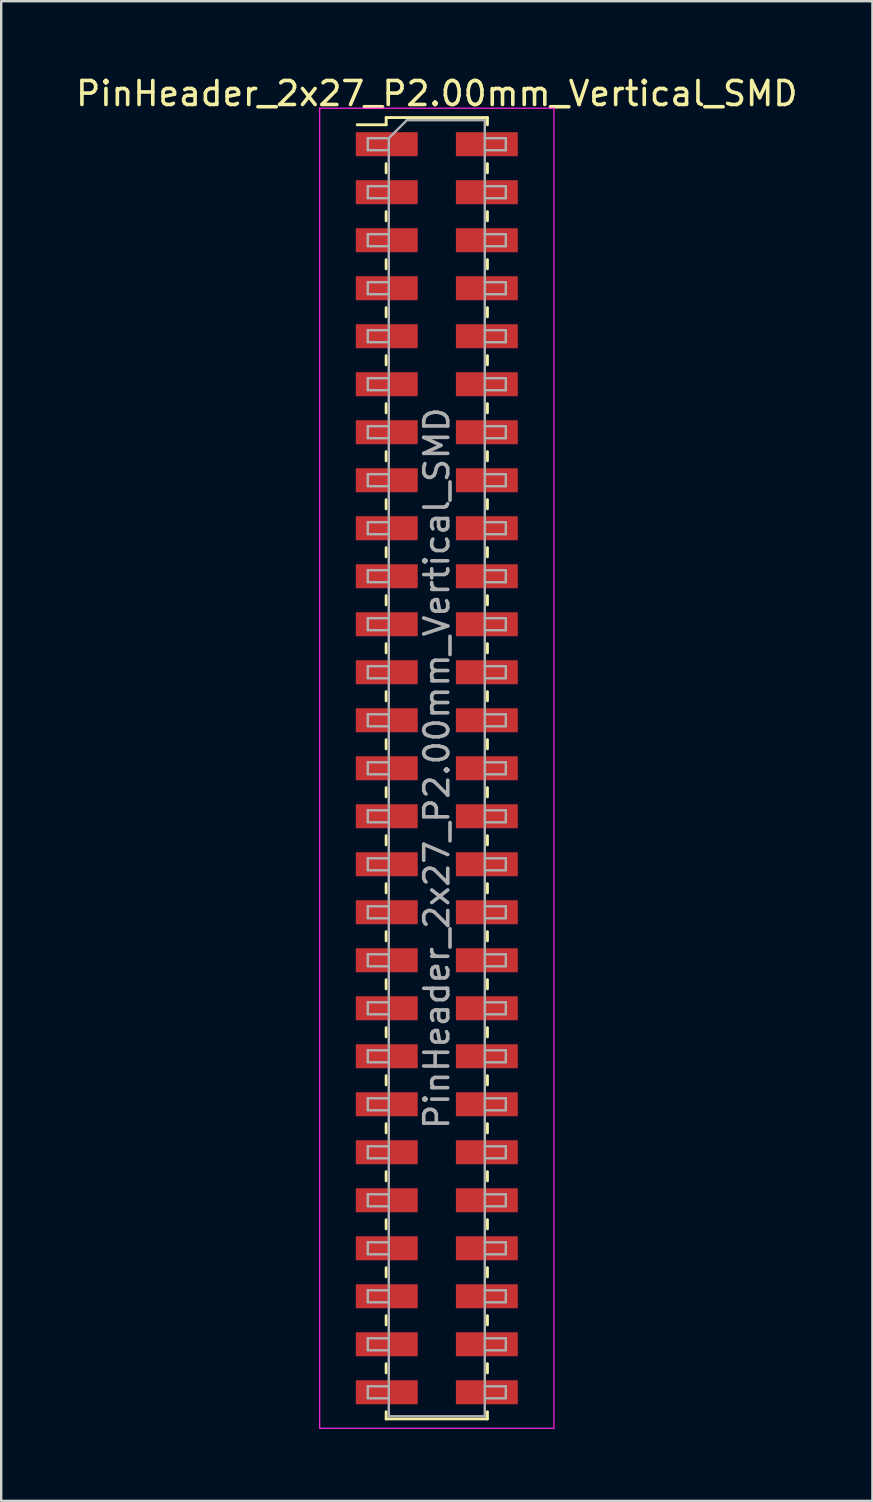
<source format=kicad_pcb>
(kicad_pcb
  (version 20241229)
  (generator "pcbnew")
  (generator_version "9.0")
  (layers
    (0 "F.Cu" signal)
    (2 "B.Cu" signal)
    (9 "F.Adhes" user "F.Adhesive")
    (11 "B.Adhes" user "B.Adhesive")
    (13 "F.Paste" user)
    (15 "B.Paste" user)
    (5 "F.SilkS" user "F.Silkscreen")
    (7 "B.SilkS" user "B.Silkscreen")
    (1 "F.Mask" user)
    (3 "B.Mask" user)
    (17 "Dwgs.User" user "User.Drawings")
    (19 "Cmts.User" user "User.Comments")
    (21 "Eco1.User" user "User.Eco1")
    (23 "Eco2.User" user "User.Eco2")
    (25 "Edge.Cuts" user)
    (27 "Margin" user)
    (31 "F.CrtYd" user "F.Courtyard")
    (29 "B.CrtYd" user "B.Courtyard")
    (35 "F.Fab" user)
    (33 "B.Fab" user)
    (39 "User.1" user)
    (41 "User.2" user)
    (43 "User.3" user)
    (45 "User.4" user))
  (footprint "PinHeader_2x27_P2.00mm_Vertical_SMD"
    (layer "F.Cu")
    (at 15.149 28.958)
    (property "Reference" "PinHeader_2x27_P2.00mm_Vertical_SMD" (at 0 -28.11 0) (layer "F.SilkS") (effects (font (size 1 1) (thickness 0.15))))
    (attr smd)
    (fp_line (start -3.315 -26.81) (end -2.11 -26.81) (stroke (width 0.12) (type solid)) (layer "F.SilkS"))
    (fp_line (start -2.11 -27.11) (end -2.11 -26.81) (stroke (width 0.12) (type solid)) (layer "F.SilkS"))
    (fp_line (start -2.11 -27.11) (end 2.11 -27.11) (stroke (width 0.12) (type solid)) (layer "F.SilkS"))
    (fp_line (start -2.11 -25.19) (end -2.11 -24.81) (stroke (width 0.12) (type solid)) (layer "F.SilkS"))
    (fp_line (start -2.11 -23.19) (end -2.11 -22.81) (stroke (width 0.12) (type solid)) (layer "F.SilkS"))
    (fp_line (start -2.11 -21.19) (end -2.11 -20.81) (stroke (width 0.12) (type solid)) (layer "F.SilkS"))
    (fp_line (start -2.11 -19.19) (end -2.11 -18.81) (stroke (width 0.12) (type solid)) (layer "F.SilkS"))
    (fp_line (start -2.11 -17.19) (end -2.11 -16.81) (stroke (width 0.12) (type solid)) (layer "F.SilkS"))
    (fp_line (start -2.11 -15.19) (end -2.11 -14.81) (stroke (width 0.12) (type solid)) (layer "F.SilkS"))
    (fp_line (start -2.11 -13.19) (end -2.11 -12.81) (stroke (width 0.12) (type solid)) (layer "F.SilkS"))
    (fp_line (start -2.11 -11.19) (end -2.11 -10.81) (stroke (width 0.12) (type solid)) (layer "F.SilkS"))
    (fp_line (start -2.11 -9.19) (end -2.11 -8.81) (stroke (width 0.12) (type solid)) (layer "F.SilkS"))
    (fp_line (start -2.11 -7.19) (end -2.11 -6.81) (stroke (width 0.12) (type solid)) (layer "F.SilkS"))
    (fp_line (start -2.11 -5.19) (end -2.11 -4.81) (stroke (width 0.12) (type solid)) (layer "F.SilkS"))
    (fp_line (start -2.11 -3.19) (end -2.11 -2.81) (stroke (width 0.12) (type solid)) (layer "F.SilkS"))
    (fp_line (start -2.11 -1.19) (end -2.11 -0.81) (stroke (width 0.12) (type solid)) (layer "F.SilkS"))
    (fp_line (start -2.11 0.81) (end -2.11 1.19) (stroke (width 0.12) (type solid)) (layer "F.SilkS"))
    (fp_line (start -2.11 2.81) (end -2.11 3.19) (stroke (width 0.12) (type solid)) (layer "F.SilkS"))
    (fp_line (start -2.11 4.81) (end -2.11 5.19) (stroke (width 0.12) (type solid)) (layer "F.SilkS"))
    (fp_line (start -2.11 6.81) (end -2.11 7.19) (stroke (width 0.12) (type solid)) (layer "F.SilkS"))
    (fp_line (start -2.11 8.81) (end -2.11 9.19) (stroke (width 0.12) (type solid)) (layer "F.SilkS"))
    (fp_line (start -2.11 10.81) (end -2.11 11.19) (stroke (width 0.12) (type solid)) (layer "F.SilkS"))
    (fp_line (start -2.11 12.81) (end -2.11 13.19) (stroke (width 0.12) (type solid)) (layer "F.SilkS"))
    (fp_line (start -2.11 14.81) (end -2.11 15.19) (stroke (width 0.12) (type solid)) (layer "F.SilkS"))
    (fp_line (start -2.11 16.81) (end -2.11 17.19) (stroke (width 0.12) (type solid)) (layer "F.SilkS"))
    (fp_line (start -2.11 18.81) (end -2.11 19.19) (stroke (width 0.12) (type solid)) (layer "F.SilkS"))
    (fp_line (start -2.11 20.81) (end -2.11 21.19) (stroke (width 0.12) (type solid)) (layer "F.SilkS"))
    (fp_line (start -2.11 22.81) (end -2.11 23.19) (stroke (width 0.12) (type solid)) (layer "F.SilkS"))
    (fp_line (start -2.11 24.81) (end -2.11 25.19) (stroke (width 0.12) (type solid)) (layer "F.SilkS"))
    (fp_line (start -2.11 26.81) (end -2.11 27.11) (stroke (width 0.12) (type solid)) (layer "F.SilkS"))
    (fp_line (start -2.11 27.11) (end 2.11 27.11) (stroke (width 0.12) (type solid)) (layer "F.SilkS"))
    (fp_line (start 2.11 -27.11) (end 2.11 -26.81) (stroke (width 0.12) (type solid)) (layer "F.SilkS"))
    (fp_line (start 2.11 -25.19) (end 2.11 -24.81) (stroke (width 0.12) (type solid)) (layer "F.SilkS"))
    (fp_line (start 2.11 -23.19) (end 2.11 -22.81) (stroke (width 0.12) (type solid)) (layer "F.SilkS"))
    (fp_line (start 2.11 -21.19) (end 2.11 -20.81) (stroke (width 0.12) (type solid)) (layer "F.SilkS"))
    (fp_line (start 2.11 -19.19) (end 2.11 -18.81) (stroke (width 0.12) (type solid)) (layer "F.SilkS"))
    (fp_line (start 2.11 -17.19) (end 2.11 -16.81) (stroke (width 0.12) (type solid)) (layer "F.SilkS"))
    (fp_line (start 2.11 -15.19) (end 2.11 -14.81) (stroke (width 0.12) (type solid)) (layer "F.SilkS"))
    (fp_line (start 2.11 -13.19) (end 2.11 -12.81) (stroke (width 0.12) (type solid)) (layer "F.SilkS"))
    (fp_line (start 2.11 -11.19) (end 2.11 -10.81) (stroke (width 0.12) (type solid)) (layer "F.SilkS"))
    (fp_line (start 2.11 -9.19) (end 2.11 -8.81) (stroke (width 0.12) (type solid)) (layer "F.SilkS"))
    (fp_line (start 2.11 -7.19) (end 2.11 -6.81) (stroke (width 0.12) (type solid)) (layer "F.SilkS"))
    (fp_line (start 2.11 -5.19) (end 2.11 -4.81) (stroke (width 0.12) (type solid)) (layer "F.SilkS"))
    (fp_line (start 2.11 -3.19) (end 2.11 -2.81) (stroke (width 0.12) (type solid)) (layer "F.SilkS"))
    (fp_line (start 2.11 -1.19) (end 2.11 -0.81) (stroke (width 0.12) (type solid)) (layer "F.SilkS"))
    (fp_line (start 2.11 0.81) (end 2.11 1.19) (stroke (width 0.12) (type solid)) (layer "F.SilkS"))
    (fp_line (start 2.11 2.81) (end 2.11 3.19) (stroke (width 0.12) (type solid)) (layer "F.SilkS"))
    (fp_line (start 2.11 4.81) (end 2.11 5.19) (stroke (width 0.12) (type solid)) (layer "F.SilkS"))
    (fp_line (start 2.11 6.81) (end 2.11 7.19) (stroke (width 0.12) (type solid)) (layer "F.SilkS"))
    (fp_line (start 2.11 8.81) (end 2.11 9.19) (stroke (width 0.12) (type solid)) (layer "F.SilkS"))
    (fp_line (start 2.11 10.81) (end 2.11 11.19) (stroke (width 0.12) (type solid)) (layer "F.SilkS"))
    (fp_line (start 2.11 12.81) (end 2.11 13.19) (stroke (width 0.12) (type solid)) (layer "F.SilkS"))
    (fp_line (start 2.11 14.81) (end 2.11 15.19) (stroke (width 0.12) (type solid)) (layer "F.SilkS"))
    (fp_line (start 2.11 16.81) (end 2.11 17.19) (stroke (width 0.12) (type solid)) (layer "F.SilkS"))
    (fp_line (start 2.11 18.81) (end 2.11 19.19) (stroke (width 0.12) (type solid)) (layer "F.SilkS"))
    (fp_line (start 2.11 20.81) (end 2.11 21.19) (stroke (width 0.12) (type solid)) (layer "F.SilkS"))
    (fp_line (start 2.11 22.81) (end 2.11 23.19) (stroke (width 0.12) (type solid)) (layer "F.SilkS"))
    (fp_line (start 2.11 24.81) (end 2.11 25.19) (stroke (width 0.12) (type solid)) (layer "F.SilkS"))
    (fp_line (start 2.11 26.81) (end 2.11 27.11) (stroke (width 0.12) (type solid)) (layer "F.SilkS"))
    (fp_line (start -4.88 -27.5) (end -4.88 27.5) (stroke (width 0.05) (type solid)) (layer "F.CrtYd"))
    (fp_line (start -4.88 27.5) (end 4.88 27.5) (stroke (width 0.05) (type solid)) (layer "F.CrtYd"))
    (fp_line (start 4.88 -27.5) (end -4.88 -27.5) (stroke (width 0.05) (type solid)) (layer "F.CrtYd"))
    (fp_line (start 4.88 27.5) (end 4.88 -27.5) (stroke (width 0.05) (type solid)) (layer "F.CrtYd"))
    (fp_line (start -2.875 -26.25) (end -2.875 -25.75) (stroke (width 0.1) (type solid)) (layer "F.Fab"))
    (fp_line (start -2.875 -25.75) (end -2 -25.75) (stroke (width 0.1) (type solid)) (layer "F.Fab"))
    (fp_line (start -2.875 -24.25) (end -2.875 -23.75) (stroke (width 0.1) (type solid)) (layer "F.Fab"))
    (fp_line (start -2.875 -23.75) (end -2 -23.75) (stroke (width 0.1) (type solid)) (layer "F.Fab"))
    (fp_line (start -2.875 -22.25) (end -2.875 -21.75) (stroke (width 0.1) (type solid)) (layer "F.Fab"))
    (fp_line (start -2.875 -21.75) (end -2 -21.75) (stroke (width 0.1) (type solid)) (layer "F.Fab"))
    (fp_line (start -2.875 -20.25) (end -2.875 -19.75) (stroke (width 0.1) (type solid)) (layer "F.Fab"))
    (fp_line (start -2.875 -19.75) (end -2 -19.75) (stroke (width 0.1) (type solid)) (layer "F.Fab"))
    (fp_line (start -2.875 -18.25) (end -2.875 -17.75) (stroke (width 0.1) (type solid)) (layer "F.Fab"))
    (fp_line (start -2.875 -17.75) (end -2 -17.75) (stroke (width 0.1) (type solid)) (layer "F.Fab"))
    (fp_line (start -2.875 -16.25) (end -2.875 -15.75) (stroke (width 0.1) (type solid)) (layer "F.Fab"))
    (fp_line (start -2.875 -15.75) (end -2 -15.75) (stroke (width 0.1) (type solid)) (layer "F.Fab"))
    (fp_line (start -2.875 -14.25) (end -2.875 -13.75) (stroke (width 0.1) (type solid)) (layer "F.Fab"))
    (fp_line (start -2.875 -13.75) (end -2 -13.75) (stroke (width 0.1) (type solid)) (layer "F.Fab"))
    (fp_line (start -2.875 -12.25) (end -2.875 -11.75) (stroke (width 0.1) (type solid)) (layer "F.Fab"))
    (fp_line (start -2.875 -11.75) (end -2 -11.75) (stroke (width 0.1) (type solid)) (layer "F.Fab"))
    (fp_line (start -2.875 -10.25) (end -2.875 -9.75) (stroke (width 0.1) (type solid)) (layer "F.Fab"))
    (fp_line (start -2.875 -9.75) (end -2 -9.75) (stroke (width 0.1) (type solid)) (layer "F.Fab"))
    (fp_line (start -2.875 -8.25) (end -2.875 -7.75) (stroke (width 0.1) (type solid)) (layer "F.Fab"))
    (fp_line (start -2.875 -7.75) (end -2 -7.75) (stroke (width 0.1) (type solid)) (layer "F.Fab"))
    (fp_line (start -2.875 -6.25) (end -2.875 -5.75) (stroke (width 0.1) (type solid)) (layer "F.Fab"))
    (fp_line (start -2.875 -5.75) (end -2 -5.75) (stroke (width 0.1) (type solid)) (layer "F.Fab"))
    (fp_line (start -2.875 -4.25) (end -2.875 -3.75) (stroke (width 0.1) (type solid)) (layer "F.Fab"))
    (fp_line (start -2.875 -3.75) (end -2 -3.75) (stroke (width 0.1) (type solid)) (layer "F.Fab"))
    (fp_line (start -2.875 -2.25) (end -2.875 -1.75) (stroke (width 0.1) (type solid)) (layer "F.Fab"))
    (fp_line (start -2.875 -1.75) (end -2 -1.75) (stroke (width 0.1) (type solid)) (layer "F.Fab"))
    (fp_line (start -2.875 -0.25) (end -2.875 0.25) (stroke (width 0.1) (type solid)) (layer "F.Fab"))
    (fp_line (start -2.875 0.25) (end -2 0.25) (stroke (width 0.1) (type solid)) (layer "F.Fab"))
    (fp_line (start -2.875 1.75) (end -2.875 2.25) (stroke (width 0.1) (type solid)) (layer "F.Fab"))
    (fp_line (start -2.875 2.25) (end -2 2.25) (stroke (width 0.1) (type solid)) (layer "F.Fab"))
    (fp_line (start -2.875 3.75) (end -2.875 4.25) (stroke (width 0.1) (type solid)) (layer "F.Fab"))
    (fp_line (start -2.875 4.25) (end -2 4.25) (stroke (width 0.1) (type solid)) (layer "F.Fab"))
    (fp_line (start -2.875 5.75) (end -2.875 6.25) (stroke (width 0.1) (type solid)) (layer "F.Fab"))
    (fp_line (start -2.875 6.25) (end -2 6.25) (stroke (width 0.1) (type solid)) (layer "F.Fab"))
    (fp_line (start -2.875 7.75) (end -2.875 8.25) (stroke (width 0.1) (type solid)) (layer "F.Fab"))
    (fp_line (start -2.875 8.25) (end -2 8.25) (stroke (width 0.1) (type solid)) (layer "F.Fab"))
    (fp_line (start -2.875 9.75) (end -2.875 10.25) (stroke (width 0.1) (type solid)) (layer "F.Fab"))
    (fp_line (start -2.875 10.25) (end -2 10.25) (stroke (width 0.1) (type solid)) (layer "F.Fab"))
    (fp_line (start -2.875 11.75) (end -2.875 12.25) (stroke (width 0.1) (type solid)) (layer "F.Fab"))
    (fp_line (start -2.875 12.25) (end -2 12.25) (stroke (width 0.1) (type solid)) (layer "F.Fab"))
    (fp_line (start -2.875 13.75) (end -2.875 14.25) (stroke (width 0.1) (type solid)) (layer "F.Fab"))
    (fp_line (start -2.875 14.25) (end -2 14.25) (stroke (width 0.1) (type solid)) (layer "F.Fab"))
    (fp_line (start -2.875 15.75) (end -2.875 16.25) (stroke (width 0.1) (type solid)) (layer "F.Fab"))
    (fp_line (start -2.875 16.25) (end -2 16.25) (stroke (width 0.1) (type solid)) (layer "F.Fab"))
    (fp_line (start -2.875 17.75) (end -2.875 18.25) (stroke (width 0.1) (type solid)) (layer "F.Fab"))
    (fp_line (start -2.875 18.25) (end -2 18.25) (stroke (width 0.1) (type solid)) (layer "F.Fab"))
    (fp_line (start -2.875 19.75) (end -2.875 20.25) (stroke (width 0.1) (type solid)) (layer "F.Fab"))
    (fp_line (start -2.875 20.25) (end -2 20.25) (stroke (width 0.1) (type solid)) (layer "F.Fab"))
    (fp_line (start -2.875 21.75) (end -2.875 22.25) (stroke (width 0.1) (type solid)) (layer "F.Fab"))
    (fp_line (start -2.875 22.25) (end -2 22.25) (stroke (width 0.1) (type solid)) (layer "F.Fab"))
    (fp_line (start -2.875 23.75) (end -2.875 24.25) (stroke (width 0.1) (type solid)) (layer "F.Fab"))
    (fp_line (start -2.875 24.25) (end -2 24.25) (stroke (width 0.1) (type solid)) (layer "F.Fab"))
    (fp_line (start -2.875 25.75) (end -2.875 26.25) (stroke (width 0.1) (type solid)) (layer "F.Fab"))
    (fp_line (start -2.875 26.25) (end -2 26.25) (stroke (width 0.1) (type solid)) (layer "F.Fab"))
    (fp_line (start -2 -26.25) (end -2.875 -26.25) (stroke (width 0.1) (type solid)) (layer "F.Fab"))
    (fp_line (start -2 -26.25) (end -1.25 -27) (stroke (width 0.1) (type solid)) (layer "F.Fab"))
    (fp_line (start -2 -24.25) (end -2.875 -24.25) (stroke (width 0.1) (type solid)) (layer "F.Fab"))
    (fp_line (start -2 -22.25) (end -2.875 -22.25) (stroke (width 0.1) (type solid)) (layer "F.Fab"))
    (fp_line (start -2 -20.25) (end -2.875 -20.25) (stroke (width 0.1) (type solid)) (layer "F.Fab"))
    (fp_line (start -2 -18.25) (end -2.875 -18.25) (stroke (width 0.1) (type solid)) (layer "F.Fab"))
    (fp_line (start -2 -16.25) (end -2.875 -16.25) (stroke (width 0.1) (type solid)) (layer "F.Fab"))
    (fp_line (start -2 -14.25) (end -2.875 -14.25) (stroke (width 0.1) (type solid)) (layer "F.Fab"))
    (fp_line (start -2 -12.25) (end -2.875 -12.25) (stroke (width 0.1) (type solid)) (layer "F.Fab"))
    (fp_line (start -2 -10.25) (end -2.875 -10.25) (stroke (width 0.1) (type solid)) (layer "F.Fab"))
    (fp_line (start -2 -8.25) (end -2.875 -8.25) (stroke (width 0.1) (type solid)) (layer "F.Fab"))
    (fp_line (start -2 -6.25) (end -2.875 -6.25) (stroke (width 0.1) (type solid)) (layer "F.Fab"))
    (fp_line (start -2 -4.25) (end -2.875 -4.25) (stroke (width 0.1) (type solid)) (layer "F.Fab"))
    (fp_line (start -2 -2.25) (end -2.875 -2.25) (stroke (width 0.1) (type solid)) (layer "F.Fab"))
    (fp_line (start -2 -0.25) (end -2.875 -0.25) (stroke (width 0.1) (type solid)) (layer "F.Fab"))
    (fp_line (start -2 1.75) (end -2.875 1.75) (stroke (width 0.1) (type solid)) (layer "F.Fab"))
    (fp_line (start -2 3.75) (end -2.875 3.75) (stroke (width 0.1) (type solid)) (layer "F.Fab"))
    (fp_line (start -2 5.75) (end -2.875 5.75) (stroke (width 0.1) (type solid)) (layer "F.Fab"))
    (fp_line (start -2 7.75) (end -2.875 7.75) (stroke (width 0.1) (type solid)) (layer "F.Fab"))
    (fp_line (start -2 9.75) (end -2.875 9.75) (stroke (width 0.1) (type solid)) (layer "F.Fab"))
    (fp_line (start -2 11.75) (end -2.875 11.75) (stroke (width 0.1) (type solid)) (layer "F.Fab"))
    (fp_line (start -2 13.75) (end -2.875 13.75) (stroke (width 0.1) (type solid)) (layer "F.Fab"))
    (fp_line (start -2 15.75) (end -2.875 15.75) (stroke (width 0.1) (type solid)) (layer "F.Fab"))
    (fp_line (start -2 17.75) (end -2.875 17.75) (stroke (width 0.1) (type solid)) (layer "F.Fab"))
    (fp_line (start -2 19.75) (end -2.875 19.75) (stroke (width 0.1) (type solid)) (layer "F.Fab"))
    (fp_line (start -2 21.75) (end -2.875 21.75) (stroke (width 0.1) (type solid)) (layer "F.Fab"))
    (fp_line (start -2 23.75) (end -2.875 23.75) (stroke (width 0.1) (type solid)) (layer "F.Fab"))
    (fp_line (start -2 25.75) (end -2.875 25.75) (stroke (width 0.1) (type solid)) (layer "F.Fab"))
    (fp_line (start -2 27) (end -2 -26.25) (stroke (width 0.1) (type solid)) (layer "F.Fab"))
    (fp_line (start -1.25 -27) (end 2 -27) (stroke (width 0.1) (type solid)) (layer "F.Fab"))
    (fp_line (start 2 -27) (end 2 27) (stroke (width 0.1) (type solid)) (layer "F.Fab"))
    (fp_line (start 2 -26.25) (end 2.875 -26.25) (stroke (width 0.1) (type solid)) (layer "F.Fab"))
    (fp_line (start 2 -24.25) (end 2.875 -24.25) (stroke (width 0.1) (type solid)) (layer "F.Fab"))
    (fp_line (start 2 -22.25) (end 2.875 -22.25) (stroke (width 0.1) (type solid)) (layer "F.Fab"))
    (fp_line (start 2 -20.25) (end 2.875 -20.25) (stroke (width 0.1) (type solid)) (layer "F.Fab"))
    (fp_line (start 2 -18.25) (end 2.875 -18.25) (stroke (width 0.1) (type solid)) (layer "F.Fab"))
    (fp_line (start 2 -16.25) (end 2.875 -16.25) (stroke (width 0.1) (type solid)) (layer "F.Fab"))
    (fp_line (start 2 -14.25) (end 2.875 -14.25) (stroke (width 0.1) (type solid)) (layer "F.Fab"))
    (fp_line (start 2 -12.25) (end 2.875 -12.25) (stroke (width 0.1) (type solid)) (layer "F.Fab"))
    (fp_line (start 2 -10.25) (end 2.875 -10.25) (stroke (width 0.1) (type solid)) (layer "F.Fab"))
    (fp_line (start 2 -8.25) (end 2.875 -8.25) (stroke (width 0.1) (type solid)) (layer "F.Fab"))
    (fp_line (start 2 -6.25) (end 2.875 -6.25) (stroke (width 0.1) (type solid)) (layer "F.Fab"))
    (fp_line (start 2 -4.25) (end 2.875 -4.25) (stroke (width 0.1) (type solid)) (layer "F.Fab"))
    (fp_line (start 2 -2.25) (end 2.875 -2.25) (stroke (width 0.1) (type solid)) (layer "F.Fab"))
    (fp_line (start 2 -0.25) (end 2.875 -0.25) (stroke (width 0.1) (type solid)) (layer "F.Fab"))
    (fp_line (start 2 1.75) (end 2.875 1.75) (stroke (width 0.1) (type solid)) (layer "F.Fab"))
    (fp_line (start 2 3.75) (end 2.875 3.75) (stroke (width 0.1) (type solid)) (layer "F.Fab"))
    (fp_line (start 2 5.75) (end 2.875 5.75) (stroke (width 0.1) (type solid)) (layer "F.Fab"))
    (fp_line (start 2 7.75) (end 2.875 7.75) (stroke (width 0.1) (type solid)) (layer "F.Fab"))
    (fp_line (start 2 9.75) (end 2.875 9.75) (stroke (width 0.1) (type solid)) (layer "F.Fab"))
    (fp_line (start 2 11.75) (end 2.875 11.75) (stroke (width 0.1) (type solid)) (layer "F.Fab"))
    (fp_line (start 2 13.75) (end 2.875 13.75) (stroke (width 0.1) (type solid)) (layer "F.Fab"))
    (fp_line (start 2 15.75) (end 2.875 15.75) (stroke (width 0.1) (type solid)) (layer "F.Fab"))
    (fp_line (start 2 17.75) (end 2.875 17.75) (stroke (width 0.1) (type solid)) (layer "F.Fab"))
    (fp_line (start 2 19.75) (end 2.875 19.75) (stroke (width 0.1) (type solid)) (layer "F.Fab"))
    (fp_line (start 2 21.75) (end 2.875 21.75) (stroke (width 0.1) (type solid)) (layer "F.Fab"))
    (fp_line (start 2 23.75) (end 2.875 23.75) (stroke (width 0.1) (type solid)) (layer "F.Fab"))
    (fp_line (start 2 25.75) (end 2.875 25.75) (stroke (width 0.1) (type solid)) (layer "F.Fab"))
    (fp_line (start 2 27) (end -2 27) (stroke (width 0.1) (type solid)) (layer "F.Fab"))
    (fp_line (start 2.875 -26.25) (end 2.875 -25.75) (stroke (width 0.1) (type solid)) (layer "F.Fab"))
    (fp_line (start 2.875 -25.75) (end 2 -25.75) (stroke (width 0.1) (type solid)) (layer "F.Fab"))
    (fp_line (start 2.875 -24.25) (end 2.875 -23.75) (stroke (width 0.1) (type solid)) (layer "F.Fab"))
    (fp_line (start 2.875 -23.75) (end 2 -23.75) (stroke (width 0.1) (type solid)) (layer "F.Fab"))
    (fp_line (start 2.875 -22.25) (end 2.875 -21.75) (stroke (width 0.1) (type solid)) (layer "F.Fab"))
    (fp_line (start 2.875 -21.75) (end 2 -21.75) (stroke (width 0.1) (type solid)) (layer "F.Fab"))
    (fp_line (start 2.875 -20.25) (end 2.875 -19.75) (stroke (width 0.1) (type solid)) (layer "F.Fab"))
    (fp_line (start 2.875 -19.75) (end 2 -19.75) (stroke (width 0.1) (type solid)) (layer "F.Fab"))
    (fp_line (start 2.875 -18.25) (end 2.875 -17.75) (stroke (width 0.1) (type solid)) (layer "F.Fab"))
    (fp_line (start 2.875 -17.75) (end 2 -17.75) (stroke (width 0.1) (type solid)) (layer "F.Fab"))
    (fp_line (start 2.875 -16.25) (end 2.875 -15.75) (stroke (width 0.1) (type solid)) (layer "F.Fab"))
    (fp_line (start 2.875 -15.75) (end 2 -15.75) (stroke (width 0.1) (type solid)) (layer "F.Fab"))
    (fp_line (start 2.875 -14.25) (end 2.875 -13.75) (stroke (width 0.1) (type solid)) (layer "F.Fab"))
    (fp_line (start 2.875 -13.75) (end 2 -13.75) (stroke (width 0.1) (type solid)) (layer "F.Fab"))
    (fp_line (start 2.875 -12.25) (end 2.875 -11.75) (stroke (width 0.1) (type solid)) (layer "F.Fab"))
    (fp_line (start 2.875 -11.75) (end 2 -11.75) (stroke (width 0.1) (type solid)) (layer "F.Fab"))
    (fp_line (start 2.875 -10.25) (end 2.875 -9.75) (stroke (width 0.1) (type solid)) (layer "F.Fab"))
    (fp_line (start 2.875 -9.75) (end 2 -9.75) (stroke (width 0.1) (type solid)) (layer "F.Fab"))
    (fp_line (start 2.875 -8.25) (end 2.875 -7.75) (stroke (width 0.1) (type solid)) (layer "F.Fab"))
    (fp_line (start 2.875 -7.75) (end 2 -7.75) (stroke (width 0.1) (type solid)) (layer "F.Fab"))
    (fp_line (start 2.875 -6.25) (end 2.875 -5.75) (stroke (width 0.1) (type solid)) (layer "F.Fab"))
    (fp_line (start 2.875 -5.75) (end 2 -5.75) (stroke (width 0.1) (type solid)) (layer "F.Fab"))
    (fp_line (start 2.875 -4.25) (end 2.875 -3.75) (stroke (width 0.1) (type solid)) (layer "F.Fab"))
    (fp_line (start 2.875 -3.75) (end 2 -3.75) (stroke (width 0.1) (type solid)) (layer "F.Fab"))
    (fp_line (start 2.875 -2.25) (end 2.875 -1.75) (stroke (width 0.1) (type solid)) (layer "F.Fab"))
    (fp_line (start 2.875 -1.75) (end 2 -1.75) (stroke (width 0.1) (type solid)) (layer "F.Fab"))
    (fp_line (start 2.875 -0.25) (end 2.875 0.25) (stroke (width 0.1) (type solid)) (layer "F.Fab"))
    (fp_line (start 2.875 0.25) (end 2 0.25) (stroke (width 0.1) (type solid)) (layer "F.Fab"))
    (fp_line (start 2.875 1.75) (end 2.875 2.25) (stroke (width 0.1) (type solid)) (layer "F.Fab"))
    (fp_line (start 2.875 2.25) (end 2 2.25) (stroke (width 0.1) (type solid)) (layer "F.Fab"))
    (fp_line (start 2.875 3.75) (end 2.875 4.25) (stroke (width 0.1) (type solid)) (layer "F.Fab"))
    (fp_line (start 2.875 4.25) (end 2 4.25) (stroke (width 0.1) (type solid)) (layer "F.Fab"))
    (fp_line (start 2.875 5.75) (end 2.875 6.25) (stroke (width 0.1) (type solid)) (layer "F.Fab"))
    (fp_line (start 2.875 6.25) (end 2 6.25) (stroke (width 0.1) (type solid)) (layer "F.Fab"))
    (fp_line (start 2.875 7.75) (end 2.875 8.25) (stroke (width 0.1) (type solid)) (layer "F.Fab"))
    (fp_line (start 2.875 8.25) (end 2 8.25) (stroke (width 0.1) (type solid)) (layer "F.Fab"))
    (fp_line (start 2.875 9.75) (end 2.875 10.25) (stroke (width 0.1) (type solid)) (layer "F.Fab"))
    (fp_line (start 2.875 10.25) (end 2 10.25) (stroke (width 0.1) (type solid)) (layer "F.Fab"))
    (fp_line (start 2.875 11.75) (end 2.875 12.25) (stroke (width 0.1) (type solid)) (layer "F.Fab"))
    (fp_line (start 2.875 12.25) (end 2 12.25) (stroke (width 0.1) (type solid)) (layer "F.Fab"))
    (fp_line (start 2.875 13.75) (end 2.875 14.25) (stroke (width 0.1) (type solid)) (layer "F.Fab"))
    (fp_line (start 2.875 14.25) (end 2 14.25) (stroke (width 0.1) (type solid)) (layer "F.Fab"))
    (fp_line (start 2.875 15.75) (end 2.875 16.25) (stroke (width 0.1) (type solid)) (layer "F.Fab"))
    (fp_line (start 2.875 16.25) (end 2 16.25) (stroke (width 0.1) (type solid)) (layer "F.Fab"))
    (fp_line (start 2.875 17.75) (end 2.875 18.25) (stroke (width 0.1) (type solid)) (layer "F.Fab"))
    (fp_line (start 2.875 18.25) (end 2 18.25) (stroke (width 0.1) (type solid)) (layer "F.Fab"))
    (fp_line (start 2.875 19.75) (end 2.875 20.25) (stroke (width 0.1) (type solid)) (layer "F.Fab"))
    (fp_line (start 2.875 20.25) (end 2 20.25) (stroke (width 0.1) (type solid)) (layer "F.Fab"))
    (fp_line (start 2.875 21.75) (end 2.875 22.25) (stroke (width 0.1) (type solid)) (layer "F.Fab"))
    (fp_line (start 2.875 22.25) (end 2 22.25) (stroke (width 0.1) (type solid)) (layer "F.Fab"))
    (fp_line (start 2.875 23.75) (end 2.875 24.25) (stroke (width 0.1) (type solid)) (layer "F.Fab"))
    (fp_line (start 2.875 24.25) (end 2 24.25) (stroke (width 0.1) (type solid)) (layer "F.Fab"))
    (fp_line (start 2.875 25.75) (end 2.875 26.25) (stroke (width 0.1) (type solid)) (layer "F.Fab"))
    (fp_line (start 2.875 26.25) (end 2 26.25) (stroke (width 0.1) (type solid)) (layer "F.Fab"))
    (fp_text user "${REFERENCE}" (at 0 0 90) (layer "F.Fab") (effects (font (size 1 1) (thickness 0.15))))
    (pad "1" smd rect (at -2.085 -26) (size 2.58 1) (layers "F.Cu" "F.Mask" "F.Paste"))
    (pad "2" smd rect (at 2.085 -26) (size 2.58 1) (layers "F.Cu" "F.Mask" "F.Paste"))
    (pad "3" smd rect (at -2.085 -24) (size 2.58 1) (layers "F.Cu" "F.Mask" "F.Paste"))
    (pad "4" smd rect (at 2.085 -24) (size 2.58 1) (layers "F.Cu" "F.Mask" "F.Paste"))
    (pad "5" smd rect (at -2.085 -22) (size 2.58 1) (layers "F.Cu" "F.Mask" "F.Paste"))
    (pad "6" smd rect (at 2.085 -22) (size 2.58 1) (layers "F.Cu" "F.Mask" "F.Paste"))
    (pad "7" smd rect (at -2.085 -20) (size 2.58 1) (layers "F.Cu" "F.Mask" "F.Paste"))
    (pad "8" smd rect (at 2.085 -20) (size 2.58 1) (layers "F.Cu" "F.Mask" "F.Paste"))
    (pad "9" smd rect (at -2.085 -18) (size 2.58 1) (layers "F.Cu" "F.Mask" "F.Paste"))
    (pad "10" smd rect (at 2.085 -18) (size 2.58 1) (layers "F.Cu" "F.Mask" "F.Paste"))
    (pad "11" smd rect (at -2.085 -16) (size 2.58 1) (layers "F.Cu" "F.Mask" "F.Paste"))
    (pad "12" smd rect (at 2.085 -16) (size 2.58 1) (layers "F.Cu" "F.Mask" "F.Paste"))
    (pad "13" smd rect (at -2.085 -14) (size 2.58 1) (layers "F.Cu" "F.Mask" "F.Paste"))
    (pad "14" smd rect (at 2.085 -14) (size 2.58 1) (layers "F.Cu" "F.Mask" "F.Paste"))
    (pad "15" smd rect (at -2.085 -12) (size 2.58 1) (layers "F.Cu" "F.Mask" "F.Paste"))
    (pad "16" smd rect (at 2.085 -12) (size 2.58 1) (layers "F.Cu" "F.Mask" "F.Paste"))
    (pad "17" smd rect (at -2.085 -10) (size 2.58 1) (layers "F.Cu" "F.Mask" "F.Paste"))
    (pad "18" smd rect (at 2.085 -10) (size 2.58 1) (layers "F.Cu" "F.Mask" "F.Paste"))
    (pad "19" smd rect (at -2.085 -8) (size 2.58 1) (layers "F.Cu" "F.Mask" "F.Paste"))
    (pad "20" smd rect (at 2.085 -8) (size 2.58 1) (layers "F.Cu" "F.Mask" "F.Paste"))
    (pad "21" smd rect (at -2.085 -6) (size 2.58 1) (layers "F.Cu" "F.Mask" "F.Paste"))
    (pad "22" smd rect (at 2.085 -6) (size 2.58 1) (layers "F.Cu" "F.Mask" "F.Paste"))
    (pad "23" smd rect (at -2.085 -4) (size 2.58 1) (layers "F.Cu" "F.Mask" "F.Paste"))
    (pad "24" smd rect (at 2.085 -4) (size 2.58 1) (layers "F.Cu" "F.Mask" "F.Paste"))
    (pad "25" smd rect (at -2.085 -2) (size 2.58 1) (layers "F.Cu" "F.Mask" "F.Paste"))
    (pad "26" smd rect (at 2.085 -2) (size 2.58 1) (layers "F.Cu" "F.Mask" "F.Paste"))
    (pad "27" smd rect (at -2.085 0) (size 2.58 1) (layers "F.Cu" "F.Mask" "F.Paste"))
    (pad "28" smd rect (at 2.085 0) (size 2.58 1) (layers "F.Cu" "F.Mask" "F.Paste"))
    (pad "29" smd rect (at -2.085 2) (size 2.58 1) (layers "F.Cu" "F.Mask" "F.Paste"))
    (pad "30" smd rect (at 2.085 2) (size 2.58 1) (layers "F.Cu" "F.Mask" "F.Paste"))
    (pad "31" smd rect (at -2.085 4) (size 2.58 1) (layers "F.Cu" "F.Mask" "F.Paste"))
    (pad "32" smd rect (at 2.085 4) (size 2.58 1) (layers "F.Cu" "F.Mask" "F.Paste"))
    (pad "33" smd rect (at -2.085 6) (size 2.58 1) (layers "F.Cu" "F.Mask" "F.Paste"))
    (pad "34" smd rect (at 2.085 6) (size 2.58 1) (layers "F.Cu" "F.Mask" "F.Paste"))
    (pad "35" smd rect (at -2.085 8) (size 2.58 1) (layers "F.Cu" "F.Mask" "F.Paste"))
    (pad "36" smd rect (at 2.085 8) (size 2.58 1) (layers "F.Cu" "F.Mask" "F.Paste"))
    (pad "37" smd rect (at -2.085 10) (size 2.58 1) (layers "F.Cu" "F.Mask" "F.Paste"))
    (pad "38" smd rect (at 2.085 10) (size 2.58 1) (layers "F.Cu" "F.Mask" "F.Paste"))
    (pad "39" smd rect (at -2.085 12) (size 2.58 1) (layers "F.Cu" "F.Mask" "F.Paste"))
    (pad "40" smd rect (at 2.085 12) (size 2.58 1) (layers "F.Cu" "F.Mask" "F.Paste"))
    (pad "41" smd rect (at -2.085 14) (size 2.58 1) (layers "F.Cu" "F.Mask" "F.Paste"))
    (pad "42" smd rect (at 2.085 14) (size 2.58 1) (layers "F.Cu" "F.Mask" "F.Paste"))
    (pad "43" smd rect (at -2.085 16) (size 2.58 1) (layers "F.Cu" "F.Mask" "F.Paste"))
    (pad "44" smd rect (at 2.085 16) (size 2.58 1) (layers "F.Cu" "F.Mask" "F.Paste"))
    (pad "45" smd rect (at -2.085 18) (size 2.58 1) (layers "F.Cu" "F.Mask" "F.Paste"))
    (pad "46" smd rect (at 2.085 18) (size 2.58 1) (layers "F.Cu" "F.Mask" "F.Paste"))
    (pad "47" smd rect (at -2.085 20) (size 2.58 1) (layers "F.Cu" "F.Mask" "F.Paste"))
    (pad "48" smd rect (at 2.085 20) (size 2.58 1) (layers "F.Cu" "F.Mask" "F.Paste"))
    (pad "49" smd rect (at -2.085 22) (size 2.58 1) (layers "F.Cu" "F.Mask" "F.Paste"))
    (pad "50" smd rect (at 2.085 22) (size 2.58 1) (layers "F.Cu" "F.Mask" "F.Paste"))
    (pad "51" smd rect (at -2.085 24) (size 2.58 1) (layers "F.Cu" "F.Mask" "F.Paste"))
    (pad "52" smd rect (at 2.085 24) (size 2.58 1) (layers "F.Cu" "F.Mask" "F.Paste"))
    (pad "53" smd rect (at -2.085 26) (size 2.58 1) (layers "F.Cu" "F.Mask" "F.Paste"))
    (pad "54" smd rect (at 2.085 26) (size 2.58 1) (layers "F.Cu" "F.Mask" "F.Paste")))
  (gr_rect
    (start -3 -3)
    (end 33.298 59.483)
    (stroke (width 0.1) (type default))
    (fill no)
    (layer "Edge.Cuts")))
</source>
